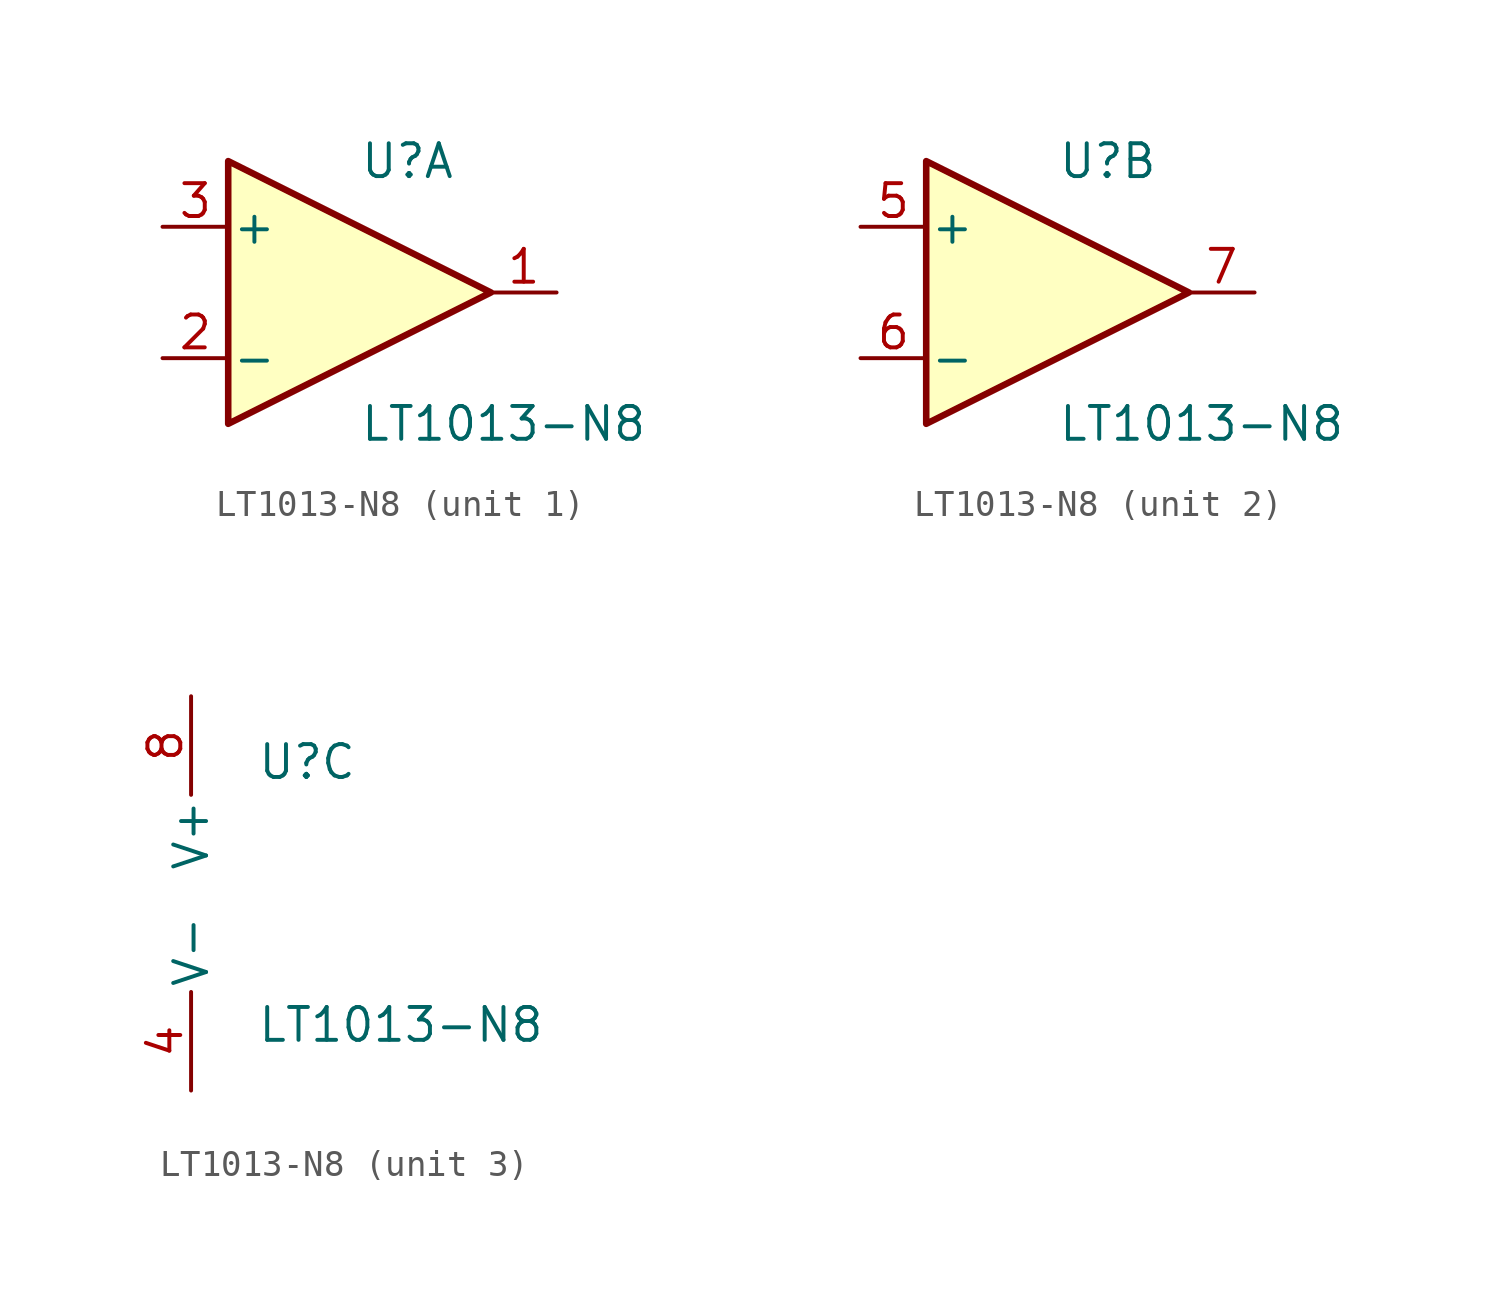
<source format=kicad_sym>
(kicad_symbol_lib
  (version 20220914)
  (generator kicad_symbol_editor)
  (symbol "LT1013-N8"
    (pin_names
      (offset 0.127))
    (property "Reference" "U"
      (at 0 5.08 0)
      (effects (font (size 1.27 1.27)) (justify left)))
    (property "Value" "LT1013-N8"
      (at 0 -5.08 0)
      (effects (font (size 1.27 1.27)) (justify left)))
    (property "ki_locked" ""
      (at 0 0 0)
      (effects (font (size 1.27 1.27))))
    (symbol "LT1013-N8_1_1"
      (polyline (pts (xy -5.08 5.08) (xy 5.08 0) (xy -5.08 -5.08) (xy -5.08 5.08)) (stroke (width 0.254) (type default)) (fill (type background)))
      (pin output line (at 7.62 0 180) (length 2.54) (name "~" (effects (font (size 1.27 1.27)))) (number "1" (effects (font (size 1.27 1.27)))))
      (pin input line (at -7.62 -2.54 0) (length 2.54) (name "-" (effects (font (size 1.27 1.27)))) (number "2" (effects (font (size 1.27 1.27)))))
      (pin input line (at -7.62 2.54 0) (length 2.54) (name "+" (effects (font (size 1.27 1.27)))) (number "3" (effects (font (size 1.27 1.27))))))
    (symbol "LT1013-N8_2_1"
      (polyline (pts (xy -5.08 5.08) (xy 5.08 0) (xy -5.08 -5.08) (xy -5.08 5.08)) (stroke (width 0.254) (type default)) (fill (type background)))
      (pin input line (at -7.62 2.54 0) (length 2.54) (name "+" (effects (font (size 1.27 1.27)))) (number "5" (effects (font (size 1.27 1.27)))))
      (pin input line (at -7.62 -2.54 0) (length 2.54) (name "-" (effects (font (size 1.27 1.27)))) (number "6" (effects (font (size 1.27 1.27)))))
      (pin output line (at 7.62 0 180) (length 2.54) (name "~" (effects (font (size 1.27 1.27)))) (number "7" (effects (font (size 1.27 1.27))))))
    (symbol "LT1013-N8_3_1"
      (pin power_in line (at -2.54 -7.62 90) (length 3.81) (name "V-" (effects (font (size 1.27 1.27)))) (number "4" (effects (font (size 1.27 1.27)))))
      (pin power_in line (at -2.54 7.62 270) (length 3.81) (name "V+" (effects (font (size 1.27 1.27)))) (number "8" (effects (font (size 1.27 1.27))))))))
</source>
